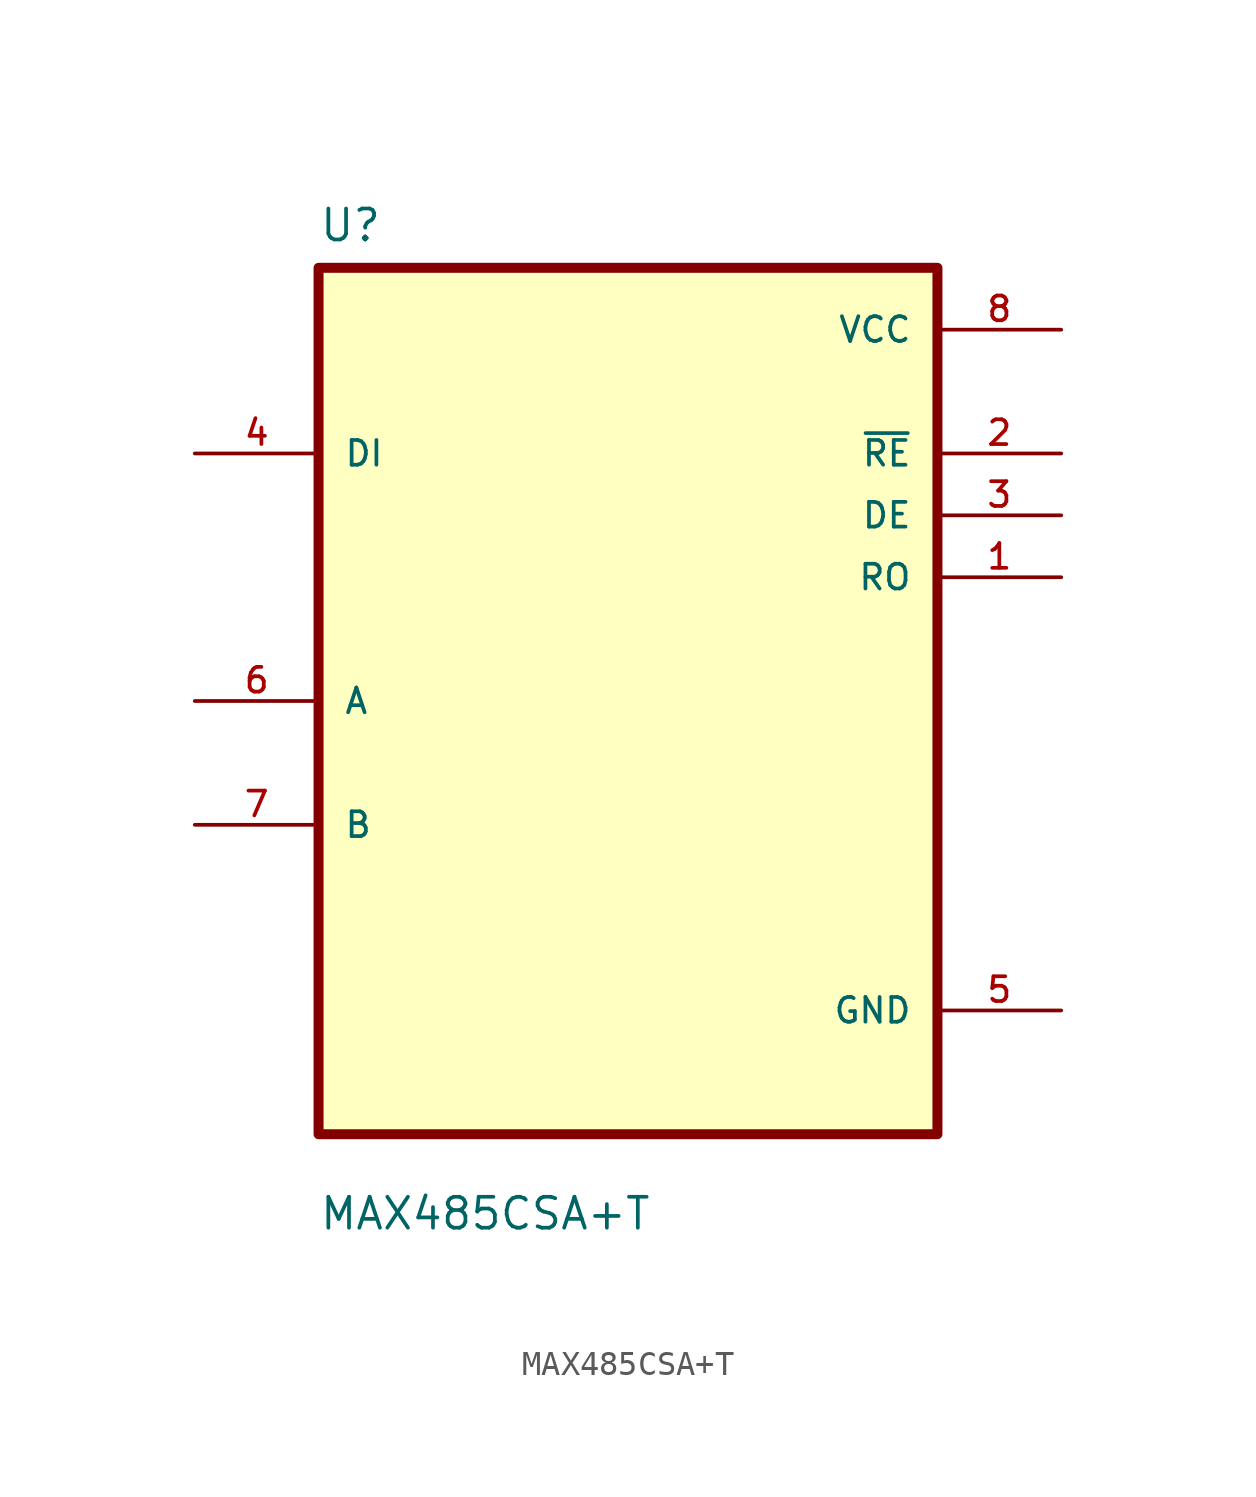
<source format=kicad_sym>
(kicad_symbol_lib
  (version 20211014)
  (generator kicad_symbol_editor)
  (symbol "MAX485CSA+T"
    (pin_names
      (offset 1.016))
    (property "Reference" "U"
      (at -12.7 18.78 0.0)
      (effects (font (size 1.27 1.27)) (justify bottom left)))
    (property "Value" "MAX485CSA+T"
      (at -12.7 -21.78 0.0)
      (effects (font (size 1.27 1.27)) (justify bottom left)))
    (symbol "MAX485CSA+T_0_0"
      (rectangle (start -12.7 -17.78) (end 12.7 17.78) (stroke (width 0.41)) (fill (type background)))
      (pin input line (at -17.78 10.16 0) (length 5.08) (name "DI" (effects (font (size 1.016 1.016)))) (number "4" (effects (font (size 1.016 1.016)))))
      (pin bidirectional line (at -17.78 0.0 0) (length 5.08) (name "A" (effects (font (size 1.016 1.016)))) (number "6" (effects (font (size 1.016 1.016)))))
      (pin bidirectional line (at -17.78 -5.08 0) (length 5.08) (name "B" (effects (font (size 1.016 1.016)))) (number "7" (effects (font (size 1.016 1.016)))))
      (pin power_in line (at 17.78 15.24 180.0) (length 5.08) (name "VCC" (effects (font (size 1.016 1.016)))) (number "8" (effects (font (size 1.016 1.016)))))
      (pin output line (at 17.78 10.16 180.0) (length 5.08) (name "~{RE}" (effects (font (size 1.016 1.016)))) (number "2" (effects (font (size 1.016 1.016)))))
      (pin output line (at 17.78 7.62 180.0) (length 5.08) (name "DE" (effects (font (size 1.016 1.016)))) (number "3" (effects (font (size 1.016 1.016)))))
      (pin output line (at 17.78 5.08 180.0) (length 5.08) (name "RO" (effects (font (size 1.016 1.016)))) (number "1" (effects (font (size 1.016 1.016)))))
      (pin power_in line (at 17.78 -12.7 180.0) (length 5.08) (name "GND" (effects (font (size 1.016 1.016)))) (number "5" (effects (font (size 1.016 1.016))))))))
</source>
